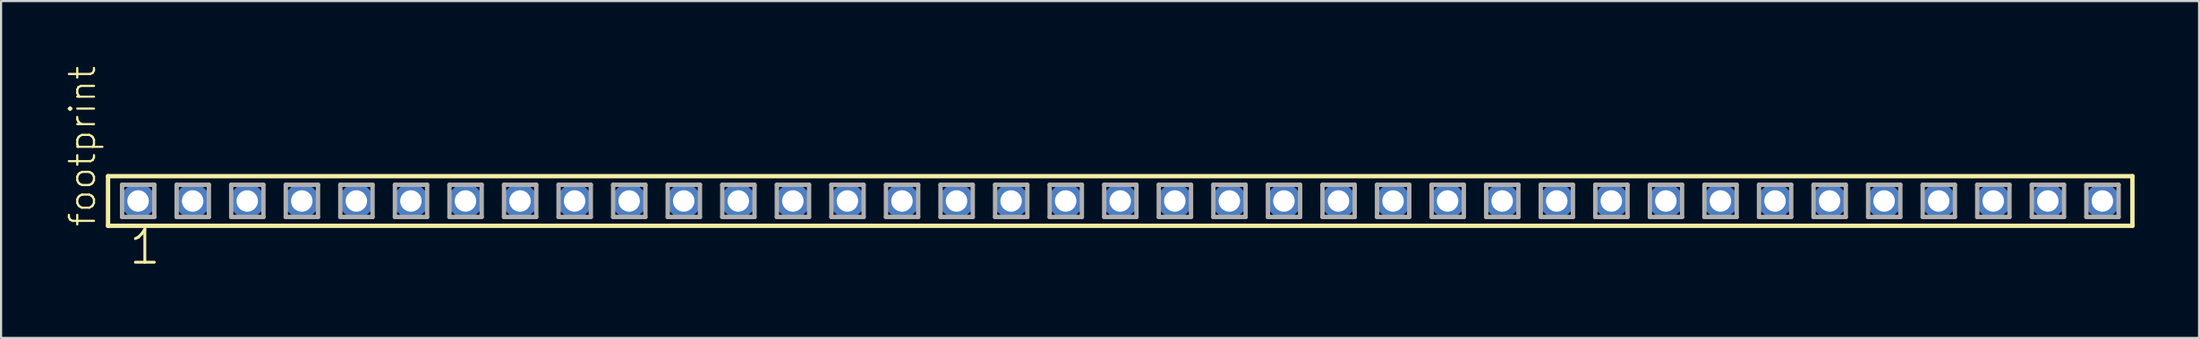
<source format=kicad_pcb>
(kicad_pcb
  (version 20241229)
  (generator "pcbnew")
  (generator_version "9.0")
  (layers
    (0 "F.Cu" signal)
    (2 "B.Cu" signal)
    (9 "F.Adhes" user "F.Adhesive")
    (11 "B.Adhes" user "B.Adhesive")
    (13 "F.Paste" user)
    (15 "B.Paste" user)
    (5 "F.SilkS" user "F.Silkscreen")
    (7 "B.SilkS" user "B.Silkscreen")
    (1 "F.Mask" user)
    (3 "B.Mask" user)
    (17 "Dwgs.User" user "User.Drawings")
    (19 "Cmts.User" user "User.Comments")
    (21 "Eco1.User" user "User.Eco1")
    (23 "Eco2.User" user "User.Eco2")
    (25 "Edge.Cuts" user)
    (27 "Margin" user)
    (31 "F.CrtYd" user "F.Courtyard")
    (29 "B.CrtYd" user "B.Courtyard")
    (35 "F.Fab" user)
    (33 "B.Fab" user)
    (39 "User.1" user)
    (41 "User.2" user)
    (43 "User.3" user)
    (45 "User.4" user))
  (footprint "footprint"
    (layer "F.Cu")
    (at 49.098 6.312)
    (property "Reference" "footprint" (at -47.625 1.27 90) (layer "F.SilkS") (effects (font (size 1.168 1.168) (thickness 0.102)) (justify left bottom)))
    (fp_line (start -47.119 -1.155) (end 47.119 -1.155) (stroke (width 0.203) (type solid)) (layer "F.SilkS"))
    (fp_line (start -47.119 1.155) (end -47.119 -1.155) (stroke (width 0.203) (type solid)) (layer "F.SilkS"))
    (fp_line (start 47.119 -1.155) (end 47.119 1.155) (stroke (width 0.203) (type solid)) (layer "F.SilkS"))
    (fp_line (start 47.119 1.155) (end -47.119 1.155) (stroke (width 0.203) (type solid)) (layer "F.SilkS"))
    (fp_line (start -46.465 -0.755) (end -44.965 -0.755) (stroke (width 0.203) (type solid)) (layer "F.Fab"))
    (fp_line (start -46.465 0.745) (end -46.465 -0.755) (stroke (width 0.203) (type solid)) (layer "F.Fab"))
    (fp_line (start -44.965 -0.755) (end -44.965 0.745) (stroke (width 0.203) (type solid)) (layer "F.Fab"))
    (fp_line (start -44.965 0.745) (end -46.465 0.745) (stroke (width 0.203) (type solid)) (layer "F.Fab"))
    (fp_line (start -43.925 -0.755) (end -42.425 -0.755) (stroke (width 0.203) (type solid)) (layer "F.Fab"))
    (fp_line (start -43.925 0.745) (end -43.925 -0.755) (stroke (width 0.203) (type solid)) (layer "F.Fab"))
    (fp_line (start -42.425 -0.755) (end -42.425 0.745) (stroke (width 0.203) (type solid)) (layer "F.Fab"))
    (fp_line (start -42.425 0.745) (end -43.925 0.745) (stroke (width 0.203) (type solid)) (layer "F.Fab"))
    (fp_line (start -41.385 -0.755) (end -39.885 -0.755) (stroke (width 0.203) (type solid)) (layer "F.Fab"))
    (fp_line (start -41.385 0.745) (end -41.385 -0.755) (stroke (width 0.203) (type solid)) (layer "F.Fab"))
    (fp_line (start -39.885 -0.755) (end -39.885 0.745) (stroke (width 0.203) (type solid)) (layer "F.Fab"))
    (fp_line (start -39.885 0.745) (end -41.385 0.745) (stroke (width 0.203) (type solid)) (layer "F.Fab"))
    (fp_line (start -38.845 -0.755) (end -37.345 -0.755) (stroke (width 0.203) (type solid)) (layer "F.Fab"))
    (fp_line (start -38.845 0.745) (end -38.845 -0.755) (stroke (width 0.203) (type solid)) (layer "F.Fab"))
    (fp_line (start -37.345 -0.755) (end -37.345 0.745) (stroke (width 0.203) (type solid)) (layer "F.Fab"))
    (fp_line (start -37.345 0.745) (end -38.845 0.745) (stroke (width 0.203) (type solid)) (layer "F.Fab"))
    (fp_line (start -36.305 -0.755) (end -34.805 -0.755) (stroke (width 0.203) (type solid)) (layer "F.Fab"))
    (fp_line (start -36.305 0.745) (end -36.305 -0.755) (stroke (width 0.203) (type solid)) (layer "F.Fab"))
    (fp_line (start -34.805 -0.755) (end -34.805 0.745) (stroke (width 0.203) (type solid)) (layer "F.Fab"))
    (fp_line (start -34.805 0.745) (end -36.305 0.745) (stroke (width 0.203) (type solid)) (layer "F.Fab"))
    (fp_line (start -33.765 -0.755) (end -32.265 -0.755) (stroke (width 0.203) (type solid)) (layer "F.Fab"))
    (fp_line (start -33.765 0.745) (end -33.765 -0.755) (stroke (width 0.203) (type solid)) (layer "F.Fab"))
    (fp_line (start -32.265 -0.755) (end -32.265 0.745) (stroke (width 0.203) (type solid)) (layer "F.Fab"))
    (fp_line (start -32.265 0.745) (end -33.765 0.745) (stroke (width 0.203) (type solid)) (layer "F.Fab"))
    (fp_line (start -31.225 -0.755) (end -29.725 -0.755) (stroke (width 0.203) (type solid)) (layer "F.Fab"))
    (fp_line (start -31.225 0.745) (end -31.225 -0.755) (stroke (width 0.203) (type solid)) (layer "F.Fab"))
    (fp_line (start -29.725 -0.755) (end -29.725 0.745) (stroke (width 0.203) (type solid)) (layer "F.Fab"))
    (fp_line (start -29.725 0.745) (end -31.225 0.745) (stroke (width 0.203) (type solid)) (layer "F.Fab"))
    (fp_line (start -28.685 -0.755) (end -27.185 -0.755) (stroke (width 0.203) (type solid)) (layer "F.Fab"))
    (fp_line (start -28.685 0.745) (end -28.685 -0.755) (stroke (width 0.203) (type solid)) (layer "F.Fab"))
    (fp_line (start -27.185 -0.755) (end -27.185 0.745) (stroke (width 0.203) (type solid)) (layer "F.Fab"))
    (fp_line (start -27.185 0.745) (end -28.685 0.745) (stroke (width 0.203) (type solid)) (layer "F.Fab"))
    (fp_line (start -26.145 -0.755) (end -24.645 -0.755) (stroke (width 0.203) (type solid)) (layer "F.Fab"))
    (fp_line (start -26.145 0.745) (end -26.145 -0.755) (stroke (width 0.203) (type solid)) (layer "F.Fab"))
    (fp_line (start -24.645 -0.755) (end -24.645 0.745) (stroke (width 0.203) (type solid)) (layer "F.Fab"))
    (fp_line (start -24.645 0.745) (end -26.145 0.745) (stroke (width 0.203) (type solid)) (layer "F.Fab"))
    (fp_line (start -23.605 -0.755) (end -22.105 -0.755) (stroke (width 0.203) (type solid)) (layer "F.Fab"))
    (fp_line (start -23.605 0.745) (end -23.605 -0.755) (stroke (width 0.203) (type solid)) (layer "F.Fab"))
    (fp_line (start -22.105 -0.755) (end -22.105 0.745) (stroke (width 0.203) (type solid)) (layer "F.Fab"))
    (fp_line (start -22.105 0.745) (end -23.605 0.745) (stroke (width 0.203) (type solid)) (layer "F.Fab"))
    (fp_line (start -21.065 -0.755) (end -19.565 -0.755) (stroke (width 0.203) (type solid)) (layer "F.Fab"))
    (fp_line (start -21.065 0.745) (end -21.065 -0.755) (stroke (width 0.203) (type solid)) (layer "F.Fab"))
    (fp_line (start -19.565 -0.755) (end -19.565 0.745) (stroke (width 0.203) (type solid)) (layer "F.Fab"))
    (fp_line (start -19.565 0.745) (end -21.065 0.745) (stroke (width 0.203) (type solid)) (layer "F.Fab"))
    (fp_line (start -18.525 -0.755) (end -17.025 -0.755) (stroke (width 0.203) (type solid)) (layer "F.Fab"))
    (fp_line (start -18.525 0.745) (end -18.525 -0.755) (stroke (width 0.203) (type solid)) (layer "F.Fab"))
    (fp_line (start -17.025 -0.755) (end -17.025 0.745) (stroke (width 0.203) (type solid)) (layer "F.Fab"))
    (fp_line (start -17.025 0.745) (end -18.525 0.745) (stroke (width 0.203) (type solid)) (layer "F.Fab"))
    (fp_line (start -15.985 -0.755) (end -14.485 -0.755) (stroke (width 0.203) (type solid)) (layer "F.Fab"))
    (fp_line (start -15.985 0.745) (end -15.985 -0.755) (stroke (width 0.203) (type solid)) (layer "F.Fab"))
    (fp_line (start -14.485 -0.755) (end -14.485 0.745) (stroke (width 0.203) (type solid)) (layer "F.Fab"))
    (fp_line (start -14.485 0.745) (end -15.985 0.745) (stroke (width 0.203) (type solid)) (layer "F.Fab"))
    (fp_line (start -13.445 -0.755) (end -11.945 -0.755) (stroke (width 0.203) (type solid)) (layer "F.Fab"))
    (fp_line (start -13.445 0.745) (end -13.445 -0.755) (stroke (width 0.203) (type solid)) (layer "F.Fab"))
    (fp_line (start -11.945 -0.755) (end -11.945 0.745) (stroke (width 0.203) (type solid)) (layer "F.Fab"))
    (fp_line (start -11.945 0.745) (end -13.445 0.745) (stroke (width 0.203) (type solid)) (layer "F.Fab"))
    (fp_line (start -10.905 -0.755) (end -9.405 -0.755) (stroke (width 0.203) (type solid)) (layer "F.Fab"))
    (fp_line (start -10.905 0.745) (end -10.905 -0.755) (stroke (width 0.203) (type solid)) (layer "F.Fab"))
    (fp_line (start -9.405 -0.755) (end -9.405 0.745) (stroke (width 0.203) (type solid)) (layer "F.Fab"))
    (fp_line (start -9.405 0.745) (end -10.905 0.745) (stroke (width 0.203) (type solid)) (layer "F.Fab"))
    (fp_line (start -8.365 -0.755) (end -6.865 -0.755) (stroke (width 0.203) (type solid)) (layer "F.Fab"))
    (fp_line (start -8.365 0.745) (end -8.365 -0.755) (stroke (width 0.203) (type solid)) (layer "F.Fab"))
    (fp_line (start -6.865 -0.755) (end -6.865 0.745) (stroke (width 0.203) (type solid)) (layer "F.Fab"))
    (fp_line (start -6.865 0.745) (end -8.365 0.745) (stroke (width 0.203) (type solid)) (layer "F.Fab"))
    (fp_line (start -5.825 -0.755) (end -4.325 -0.755) (stroke (width 0.203) (type solid)) (layer "F.Fab"))
    (fp_line (start -5.825 0.745) (end -5.825 -0.755) (stroke (width 0.203) (type solid)) (layer "F.Fab"))
    (fp_line (start -4.325 -0.755) (end -4.325 0.745) (stroke (width 0.203) (type solid)) (layer "F.Fab"))
    (fp_line (start -4.325 0.745) (end -5.825 0.745) (stroke (width 0.203) (type solid)) (layer "F.Fab"))
    (fp_line (start -3.285 -0.755) (end -1.785 -0.755) (stroke (width 0.203) (type solid)) (layer "F.Fab"))
    (fp_line (start -3.285 0.745) (end -3.285 -0.755) (stroke (width 0.203) (type solid)) (layer "F.Fab"))
    (fp_line (start -1.785 -0.755) (end -1.785 0.745) (stroke (width 0.203) (type solid)) (layer "F.Fab"))
    (fp_line (start -1.785 0.745) (end -3.285 0.745) (stroke (width 0.203) (type solid)) (layer "F.Fab"))
    (fp_line (start -0.745 -0.755) (end 0.755 -0.755) (stroke (width 0.203) (type solid)) (layer "F.Fab"))
    (fp_line (start -0.745 0.745) (end -0.745 -0.755) (stroke (width 0.203) (type solid)) (layer "F.Fab"))
    (fp_line (start 0.755 -0.755) (end 0.755 0.745) (stroke (width 0.203) (type solid)) (layer "F.Fab"))
    (fp_line (start 0.755 0.745) (end -0.745 0.745) (stroke (width 0.203) (type solid)) (layer "F.Fab"))
    (fp_line (start 1.795 -0.755) (end 3.295 -0.755) (stroke (width 0.203) (type solid)) (layer "F.Fab"))
    (fp_line (start 1.795 0.745) (end 1.795 -0.755) (stroke (width 0.203) (type solid)) (layer "F.Fab"))
    (fp_line (start 3.295 -0.755) (end 3.295 0.745) (stroke (width 0.203) (type solid)) (layer "F.Fab"))
    (fp_line (start 3.295 0.745) (end 1.795 0.745) (stroke (width 0.203) (type solid)) (layer "F.Fab"))
    (fp_line (start 4.335 -0.755) (end 5.835 -0.755) (stroke (width 0.203) (type solid)) (layer "F.Fab"))
    (fp_line (start 4.335 0.745) (end 4.335 -0.755) (stroke (width 0.203) (type solid)) (layer "F.Fab"))
    (fp_line (start 5.835 -0.755) (end 5.835 0.745) (stroke (width 0.203) (type solid)) (layer "F.Fab"))
    (fp_line (start 5.835 0.745) (end 4.335 0.745) (stroke (width 0.203) (type solid)) (layer "F.Fab"))
    (fp_line (start 6.875 -0.755) (end 8.375 -0.755) (stroke (width 0.203) (type solid)) (layer "F.Fab"))
    (fp_line (start 6.875 0.745) (end 6.875 -0.755) (stroke (width 0.203) (type solid)) (layer "F.Fab"))
    (fp_line (start 8.375 -0.755) (end 8.375 0.745) (stroke (width 0.203) (type solid)) (layer "F.Fab"))
    (fp_line (start 8.375 0.745) (end 6.875 0.745) (stroke (width 0.203) (type solid)) (layer "F.Fab"))
    (fp_line (start 9.415 -0.755) (end 10.915 -0.755) (stroke (width 0.203) (type solid)) (layer "F.Fab"))
    (fp_line (start 9.415 0.745) (end 9.415 -0.755) (stroke (width 0.203) (type solid)) (layer "F.Fab"))
    (fp_line (start 10.915 -0.755) (end 10.915 0.745) (stroke (width 0.203) (type solid)) (layer "F.Fab"))
    (fp_line (start 10.915 0.745) (end 9.415 0.745) (stroke (width 0.203) (type solid)) (layer "F.Fab"))
    (fp_line (start 11.955 -0.755) (end 13.455 -0.755) (stroke (width 0.203) (type solid)) (layer "F.Fab"))
    (fp_line (start 11.955 0.745) (end 11.955 -0.755) (stroke (width 0.203) (type solid)) (layer "F.Fab"))
    (fp_line (start 13.455 -0.755) (end 13.455 0.745) (stroke (width 0.203) (type solid)) (layer "F.Fab"))
    (fp_line (start 13.455 0.745) (end 11.955 0.745) (stroke (width 0.203) (type solid)) (layer "F.Fab"))
    (fp_line (start 14.495 -0.755) (end 15.995 -0.755) (stroke (width 0.203) (type solid)) (layer "F.Fab"))
    (fp_line (start 14.495 0.745) (end 14.495 -0.755) (stroke (width 0.203) (type solid)) (layer "F.Fab"))
    (fp_line (start 15.995 -0.755) (end 15.995 0.745) (stroke (width 0.203) (type solid)) (layer "F.Fab"))
    (fp_line (start 15.995 0.745) (end 14.495 0.745) (stroke (width 0.203) (type solid)) (layer "F.Fab"))
    (fp_line (start 17.035 -0.755) (end 18.535 -0.755) (stroke (width 0.203) (type solid)) (layer "F.Fab"))
    (fp_line (start 17.035 0.745) (end 17.035 -0.755) (stroke (width 0.203) (type solid)) (layer "F.Fab"))
    (fp_line (start 18.535 -0.755) (end 18.535 0.745) (stroke (width 0.203) (type solid)) (layer "F.Fab"))
    (fp_line (start 18.535 0.745) (end 17.035 0.745) (stroke (width 0.203) (type solid)) (layer "F.Fab"))
    (fp_line (start 19.575 -0.755) (end 21.075 -0.755) (stroke (width 0.203) (type solid)) (layer "F.Fab"))
    (fp_line (start 19.575 0.745) (end 19.575 -0.755) (stroke (width 0.203) (type solid)) (layer "F.Fab"))
    (fp_line (start 21.075 -0.755) (end 21.075 0.745) (stroke (width 0.203) (type solid)) (layer "F.Fab"))
    (fp_line (start 21.075 0.745) (end 19.575 0.745) (stroke (width 0.203) (type solid)) (layer "F.Fab"))
    (fp_line (start 22.115 -0.755) (end 23.615 -0.755) (stroke (width 0.203) (type solid)) (layer "F.Fab"))
    (fp_line (start 22.115 0.745) (end 22.115 -0.755) (stroke (width 0.203) (type solid)) (layer "F.Fab"))
    (fp_line (start 23.615 -0.755) (end 23.615 0.745) (stroke (width 0.203) (type solid)) (layer "F.Fab"))
    (fp_line (start 23.615 0.745) (end 22.115 0.745) (stroke (width 0.203) (type solid)) (layer "F.Fab"))
    (fp_line (start 24.655 -0.755) (end 26.155 -0.755) (stroke (width 0.203) (type solid)) (layer "F.Fab"))
    (fp_line (start 24.655 0.745) (end 24.655 -0.755) (stroke (width 0.203) (type solid)) (layer "F.Fab"))
    (fp_line (start 26.155 -0.755) (end 26.155 0.745) (stroke (width 0.203) (type solid)) (layer "F.Fab"))
    (fp_line (start 26.155 0.745) (end 24.655 0.745) (stroke (width 0.203) (type solid)) (layer "F.Fab"))
    (fp_line (start 27.195 -0.755) (end 28.695 -0.755) (stroke (width 0.203) (type solid)) (layer "F.Fab"))
    (fp_line (start 27.195 0.745) (end 27.195 -0.755) (stroke (width 0.203) (type solid)) (layer "F.Fab"))
    (fp_line (start 28.695 -0.755) (end 28.695 0.745) (stroke (width 0.203) (type solid)) (layer "F.Fab"))
    (fp_line (start 28.695 0.745) (end 27.195 0.745) (stroke (width 0.203) (type solid)) (layer "F.Fab"))
    (fp_line (start 29.735 -0.755) (end 31.235 -0.755) (stroke (width 0.203) (type solid)) (layer "F.Fab"))
    (fp_line (start 29.735 0.745) (end 29.735 -0.755) (stroke (width 0.203) (type solid)) (layer "F.Fab"))
    (fp_line (start 31.235 -0.755) (end 31.235 0.745) (stroke (width 0.203) (type solid)) (layer "F.Fab"))
    (fp_line (start 31.235 0.745) (end 29.735 0.745) (stroke (width 0.203) (type solid)) (layer "F.Fab"))
    (fp_line (start 32.275 -0.755) (end 33.775 -0.755) (stroke (width 0.203) (type solid)) (layer "F.Fab"))
    (fp_line (start 32.275 0.745) (end 32.275 -0.755) (stroke (width 0.203) (type solid)) (layer "F.Fab"))
    (fp_line (start 33.775 -0.755) (end 33.775 0.745) (stroke (width 0.203) (type solid)) (layer "F.Fab"))
    (fp_line (start 33.775 0.745) (end 32.275 0.745) (stroke (width 0.203) (type solid)) (layer "F.Fab"))
    (fp_line (start 34.815 -0.755) (end 36.315 -0.755) (stroke (width 0.203) (type solid)) (layer "F.Fab"))
    (fp_line (start 34.815 0.745) (end 34.815 -0.755) (stroke (width 0.203) (type solid)) (layer "F.Fab"))
    (fp_line (start 36.315 -0.755) (end 36.315 0.745) (stroke (width 0.203) (type solid)) (layer "F.Fab"))
    (fp_line (start 36.315 0.745) (end 34.815 0.745) (stroke (width 0.203) (type solid)) (layer "F.Fab"))
    (fp_line (start 37.355 -0.755) (end 38.855 -0.755) (stroke (width 0.203) (type solid)) (layer "F.Fab"))
    (fp_line (start 37.355 0.745) (end 37.355 -0.755) (stroke (width 0.203) (type solid)) (layer "F.Fab"))
    (fp_line (start 38.855 -0.755) (end 38.855 0.745) (stroke (width 0.203) (type solid)) (layer "F.Fab"))
    (fp_line (start 38.855 0.745) (end 37.355 0.745) (stroke (width 0.203) (type solid)) (layer "F.Fab"))
    (fp_line (start 39.895 -0.755) (end 41.395 -0.755) (stroke (width 0.203) (type solid)) (layer "F.Fab"))
    (fp_line (start 39.895 0.745) (end 39.895 -0.755) (stroke (width 0.203) (type solid)) (layer "F.Fab"))
    (fp_line (start 41.395 -0.755) (end 41.395 0.745) (stroke (width 0.203) (type solid)) (layer "F.Fab"))
    (fp_line (start 41.395 0.745) (end 39.895 0.745) (stroke (width 0.203) (type solid)) (layer "F.Fab"))
    (fp_line (start 42.435 -0.755) (end 43.935 -0.755) (stroke (width 0.203) (type solid)) (layer "F.Fab"))
    (fp_line (start 42.435 0.745) (end 42.435 -0.755) (stroke (width 0.203) (type solid)) (layer "F.Fab"))
    (fp_line (start 43.935 -0.755) (end 43.935 0.745) (stroke (width 0.203) (type solid)) (layer "F.Fab"))
    (fp_line (start 43.935 0.745) (end 42.435 0.745) (stroke (width 0.203) (type solid)) (layer "F.Fab"))
    (fp_line (start 44.975 -0.755) (end 46.475 -0.755) (stroke (width 0.203) (type solid)) (layer "F.Fab"))
    (fp_line (start 44.975 0.745) (end 44.975 -0.755) (stroke (width 0.203) (type solid)) (layer "F.Fab"))
    (fp_line (start 46.475 -0.755) (end 46.475 0.745) (stroke (width 0.203) (type solid)) (layer "F.Fab"))
    (fp_line (start 46.475 0.745) (end 44.975 0.745) (stroke (width 0.203) (type solid)) (layer "F.Fab"))
    (fp_text user "1" (at -46.228 3.048 0) (layer "F.SilkS") (effects (font (size 1.542 1.542) (thickness 0.134)) (justify left bottom)))
    (pad "1" thru_hole roundrect (at -45.72 0) (size 1.5 1.5) (drill 1) (layers "*.Cu" "*.Mask") (roundrect_rratio 0.25) (chamfer_ratio 0.25) (chamfer top_left top_right bottom_left bottom_right))
    (pad "2" thru_hole roundrect (at -43.18 0) (size 1.5 1.5) (drill 1) (layers "*.Cu" "*.Mask") (roundrect_rratio 0.25) (chamfer_ratio 0.25) (chamfer top_left top_right bottom_left bottom_right))
    (pad "3" thru_hole roundrect (at -40.64 0) (size 1.5 1.5) (drill 1) (layers "*.Cu" "*.Mask") (roundrect_rratio 0.25) (chamfer_ratio 0.25) (chamfer top_left top_right bottom_left bottom_right))
    (pad "4" thru_hole roundrect (at -38.1 0) (size 1.5 1.5) (drill 1) (layers "*.Cu" "*.Mask") (roundrect_rratio 0.25) (chamfer_ratio 0.25) (chamfer top_left top_right bottom_left bottom_right))
    (pad "5" thru_hole roundrect (at -35.56 0) (size 1.5 1.5) (drill 1) (layers "*.Cu" "*.Mask") (roundrect_rratio 0.25) (chamfer_ratio 0.25) (chamfer top_left top_right bottom_left bottom_right))
    (pad "6" thru_hole roundrect (at -33.02 0) (size 1.5 1.5) (drill 1) (layers "*.Cu" "*.Mask") (roundrect_rratio 0.25) (chamfer_ratio 0.25) (chamfer top_left top_right bottom_left bottom_right))
    (pad "7" thru_hole roundrect (at -30.48 0) (size 1.5 1.5) (drill 1) (layers "*.Cu" "*.Mask") (roundrect_rratio 0.25) (chamfer_ratio 0.25) (chamfer top_left top_right bottom_left bottom_right))
    (pad "8" thru_hole roundrect (at -27.94 0) (size 1.5 1.5) (drill 1) (layers "*.Cu" "*.Mask") (roundrect_rratio 0.25) (chamfer_ratio 0.25) (chamfer top_left top_right bottom_left bottom_right))
    (pad "9" thru_hole roundrect (at -25.4 0) (size 1.5 1.5) (drill 1) (layers "*.Cu" "*.Mask") (roundrect_rratio 0.25) (chamfer_ratio 0.25) (chamfer top_left top_right bottom_left bottom_right))
    (pad "10" thru_hole roundrect (at -22.86 0) (size 1.5 1.5) (drill 1) (layers "*.Cu" "*.Mask") (roundrect_rratio 0.25) (chamfer_ratio 0.25) (chamfer top_left top_right bottom_left bottom_right))
    (pad "11" thru_hole roundrect (at -20.32 0) (size 1.5 1.5) (drill 1) (layers "*.Cu" "*.Mask") (roundrect_rratio 0.25) (chamfer_ratio 0.25) (chamfer top_left top_right bottom_left bottom_right))
    (pad "12" thru_hole roundrect (at -17.78 0) (size 1.5 1.5) (drill 1) (layers "*.Cu" "*.Mask") (roundrect_rratio 0.25) (chamfer_ratio 0.25) (chamfer top_left top_right bottom_left bottom_right))
    (pad "13" thru_hole roundrect (at -15.24 0) (size 1.5 1.5) (drill 1) (layers "*.Cu" "*.Mask") (roundrect_rratio 0.25) (chamfer_ratio 0.25) (chamfer top_left top_right bottom_left bottom_right))
    (pad "14" thru_hole roundrect (at -12.7 0) (size 1.5 1.5) (drill 1) (layers "*.Cu" "*.Mask") (roundrect_rratio 0.25) (chamfer_ratio 0.25) (chamfer top_left top_right bottom_left bottom_right))
    (pad "15" thru_hole roundrect (at -10.16 0) (size 1.5 1.5) (drill 1) (layers "*.Cu" "*.Mask") (roundrect_rratio 0.25) (chamfer_ratio 0.25) (chamfer top_left top_right bottom_left bottom_right))
    (pad "16" thru_hole roundrect (at -7.62 0) (size 1.5 1.5) (drill 1) (layers "*.Cu" "*.Mask") (roundrect_rratio 0.25) (chamfer_ratio 0.25) (chamfer top_left top_right bottom_left bottom_right))
    (pad "17" thru_hole roundrect (at -5.08 0) (size 1.5 1.5) (drill 1) (layers "*.Cu" "*.Mask") (roundrect_rratio 0.25) (chamfer_ratio 0.25) (chamfer top_left top_right bottom_left bottom_right))
    (pad "18" thru_hole roundrect (at -2.54 0) (size 1.5 1.5) (drill 1) (layers "*.Cu" "*.Mask") (roundrect_rratio 0.25) (chamfer_ratio 0.25) (chamfer top_left top_right bottom_left bottom_right))
    (pad "19" thru_hole roundrect (at 0 0) (size 1.5 1.5) (drill 1) (layers "*.Cu" "*.Mask") (roundrect_rratio 0.25) (chamfer_ratio 0.25) (chamfer top_left top_right bottom_left bottom_right))
    (pad "20" thru_hole roundrect (at 2.54 0) (size 1.5 1.5) (drill 1) (layers "*.Cu" "*.Mask") (roundrect_rratio 0.25) (chamfer_ratio 0.25) (chamfer top_left top_right bottom_left bottom_right))
    (pad "21" thru_hole roundrect (at 5.08 0) (size 1.5 1.5) (drill 1) (layers "*.Cu" "*.Mask") (roundrect_rratio 0.25) (chamfer_ratio 0.25) (chamfer top_left top_right bottom_left bottom_right))
    (pad "22" thru_hole roundrect (at 7.62 0) (size 1.5 1.5) (drill 1) (layers "*.Cu" "*.Mask") (roundrect_rratio 0.25) (chamfer_ratio 0.25) (chamfer top_left top_right bottom_left bottom_right))
    (pad "23" thru_hole roundrect (at 10.16 0) (size 1.5 1.5) (drill 1) (layers "*.Cu" "*.Mask") (roundrect_rratio 0.25) (chamfer_ratio 0.25) (chamfer top_left top_right bottom_left bottom_right))
    (pad "24" thru_hole roundrect (at 12.7 0) (size 1.5 1.5) (drill 1) (layers "*.Cu" "*.Mask") (roundrect_rratio 0.25) (chamfer_ratio 0.25) (chamfer top_left top_right bottom_left bottom_right))
    (pad "25" thru_hole roundrect (at 15.24 0) (size 1.5 1.5) (drill 1) (layers "*.Cu" "*.Mask") (roundrect_rratio 0.25) (chamfer_ratio 0.25) (chamfer top_left top_right bottom_left bottom_right))
    (pad "26" thru_hole roundrect (at 17.78 0) (size 1.5 1.5) (drill 1) (layers "*.Cu" "*.Mask") (roundrect_rratio 0.25) (chamfer_ratio 0.25) (chamfer top_left top_right bottom_left bottom_right))
    (pad "27" thru_hole roundrect (at 20.32 0) (size 1.5 1.5) (drill 1) (layers "*.Cu" "*.Mask") (roundrect_rratio 0.25) (chamfer_ratio 0.25) (chamfer top_left top_right bottom_left bottom_right))
    (pad "28" thru_hole roundrect (at 22.86 0) (size 1.5 1.5) (drill 1) (layers "*.Cu" "*.Mask") (roundrect_rratio 0.25) (chamfer_ratio 0.25) (chamfer top_left top_right bottom_left bottom_right))
    (pad "29" thru_hole roundrect (at 25.4 0) (size 1.5 1.5) (drill 1) (layers "*.Cu" "*.Mask") (roundrect_rratio 0.25) (chamfer_ratio 0.25) (chamfer top_left top_right bottom_left bottom_right))
    (pad "30" thru_hole roundrect (at 27.94 0) (size 1.5 1.5) (drill 1) (layers "*.Cu" "*.Mask") (roundrect_rratio 0.25) (chamfer_ratio 0.25) (chamfer top_left top_right bottom_left bottom_right))
    (pad "31" thru_hole roundrect (at 30.48 0) (size 1.5 1.5) (drill 1) (layers "*.Cu" "*.Mask") (roundrect_rratio 0.25) (chamfer_ratio 0.25) (chamfer top_left top_right bottom_left bottom_right))
    (pad "32" thru_hole roundrect (at 33.02 0) (size 1.5 1.5) (drill 1) (layers "*.Cu" "*.Mask") (roundrect_rratio 0.25) (chamfer_ratio 0.25) (chamfer top_left top_right bottom_left bottom_right))
    (pad "33" thru_hole roundrect (at 35.56 0) (size 1.5 1.5) (drill 1) (layers "*.Cu" "*.Mask") (roundrect_rratio 0.25) (chamfer_ratio 0.25) (chamfer top_left top_right bottom_left bottom_right))
    (pad "34" thru_hole roundrect (at 38.1 0) (size 1.5 1.5) (drill 1) (layers "*.Cu" "*.Mask") (roundrect_rratio 0.25) (chamfer_ratio 0.25) (chamfer top_left top_right bottom_left bottom_right))
    (pad "35" thru_hole roundrect (at 40.64 0) (size 1.5 1.5) (drill 1) (layers "*.Cu" "*.Mask") (roundrect_rratio 0.25) (chamfer_ratio 0.25) (chamfer top_left top_right bottom_left bottom_right))
    (pad "36" thru_hole roundrect (at 43.18 0) (size 1.5 1.5) (drill 1) (layers "*.Cu" "*.Mask") (roundrect_rratio 0.25) (chamfer_ratio 0.25) (chamfer top_left top_right bottom_left bottom_right))
    (pad "37" thru_hole roundrect (at 45.72 0) (size 1.5 1.5) (drill 1) (layers "*.Cu" "*.Mask") (roundrect_rratio 0.25) (chamfer_ratio 0.25) (chamfer top_left top_right bottom_left bottom_right)))
  (gr_rect
    (start -3 -3)
    (end 99.319 12.691)
    (stroke (width 0.1) (type default))
    (fill no)
    (layer "Edge.Cuts")))
</source>
